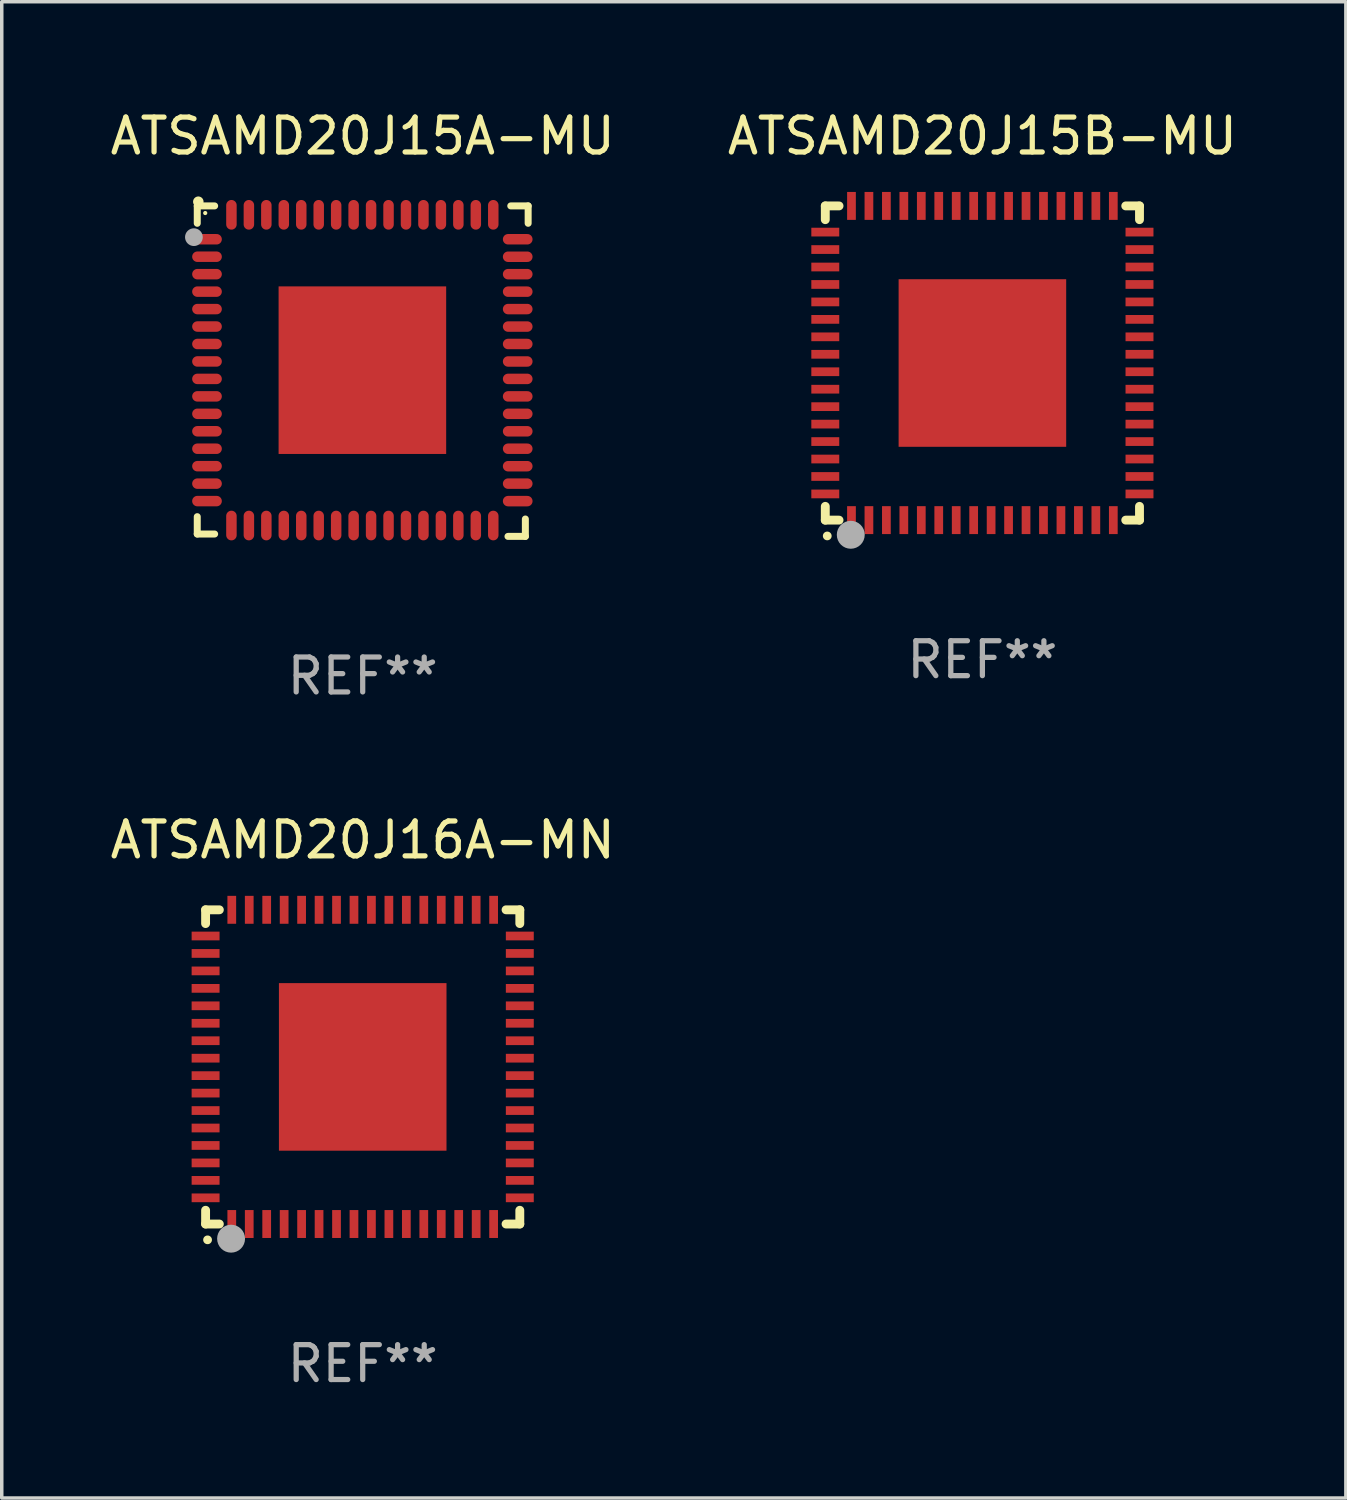
<source format=kicad_pcb>
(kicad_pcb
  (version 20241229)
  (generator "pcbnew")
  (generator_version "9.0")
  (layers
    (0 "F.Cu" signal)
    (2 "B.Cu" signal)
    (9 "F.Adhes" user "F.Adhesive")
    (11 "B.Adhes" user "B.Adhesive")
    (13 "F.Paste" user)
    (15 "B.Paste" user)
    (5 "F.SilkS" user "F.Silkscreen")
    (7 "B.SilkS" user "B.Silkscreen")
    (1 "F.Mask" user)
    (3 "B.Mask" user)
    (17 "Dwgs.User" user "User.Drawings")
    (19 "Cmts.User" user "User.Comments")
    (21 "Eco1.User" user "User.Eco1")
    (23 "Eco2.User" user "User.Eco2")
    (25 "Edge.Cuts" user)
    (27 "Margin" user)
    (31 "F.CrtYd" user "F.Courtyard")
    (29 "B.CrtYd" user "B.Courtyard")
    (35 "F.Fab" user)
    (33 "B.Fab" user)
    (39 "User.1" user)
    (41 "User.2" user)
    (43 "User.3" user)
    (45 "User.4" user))
  (footprint "ATSAMD20J15A-MU"
    (layer "F.Cu")
    (at 7.339 7.581)
    (property "Reference" "ATSAMD20J15A-MU" (at 0 -6.733 0) (layer "F.SilkS") (effects (font (size 1 1) (thickness 0.15))))
    (attr through_hole)
    (fp_line (start -4.739 -4.733) (end -4.241 -4.733) (stroke (width 0.2) (type solid)) (layer "F.SilkS"))
    (fp_line (start -4.739 -4.235) (end -4.739 -4.733) (stroke (width 0.2) (type solid)) (layer "F.SilkS"))
    (fp_line (start -4.739 4.168) (end -4.739 4.665) (stroke (width 0.2) (type solid)) (layer "F.SilkS"))
    (fp_line (start -4.739 4.665) (end -4.241 4.665) (stroke (width 0.2) (type solid)) (layer "F.SilkS"))
    (fp_line (start 4.161 4.733) (end 4.659 4.733) (stroke (width 0.2) (type solid)) (layer "F.SilkS"))
    (fp_line (start 4.241 -4.733) (end 4.739 -4.733) (stroke (width 0.2) (type solid)) (layer "F.SilkS"))
    (fp_line (start 4.659 4.733) (end 4.659 4.235) (stroke (width 0.2) (type solid)) (layer "F.SilkS"))
    (fp_line (start 4.739 -4.733) (end 4.739 -4.235) (stroke (width 0.2) (type solid)) (layer "F.SilkS"))
    (fp_arc (start -4.708623 -4.85108) (mid -4.708628 -4.85235) (end -4.708623 -4.85362) (stroke (width 0.3) (type solid)) (layer "F.SilkS"))
    (fp_circle (center -4.511 -4.529) (end -4.481 -4.529) (stroke (width 0.06) (type solid)) (fill no) (layer "F.SilkS"))
    (fp_circle (center -4.835 -3.838) (end -4.708 -3.838) (stroke (width 0.254) (type solid)) (fill no) (layer "F.Fab"))
    (fp_text user "REF**" (at 0 8.733 0) (layer "F.Fab") (effects (font (size 1 1) (thickness 0.15))))
    (pad "1" smd oval (at -4.46 -3.778) (size 0.85 0.3) (layers "F.Cu" "F.Mask" "F.Paste"))
    (pad "2" smd oval (at -4.46 -3.278) (size 0.85 0.3) (layers "F.Cu" "F.Mask" "F.Paste"))
    (pad "3" smd oval (at -4.46 -2.778) (size 0.85 0.3) (layers "F.Cu" "F.Mask" "F.Paste"))
    (pad "4" smd oval (at -4.46 -2.278) (size 0.85 0.3) (layers "F.Cu" "F.Mask" "F.Paste"))
    (pad "5" smd oval (at -4.46 -1.778) (size 0.85 0.3) (layers "F.Cu" "F.Mask" "F.Paste"))
    (pad "6" smd oval (at -4.46 -1.278) (size 0.85 0.3) (layers "F.Cu" "F.Mask" "F.Paste"))
    (pad "7" smd oval (at -4.46 -0.778) (size 0.85 0.3) (layers "F.Cu" "F.Mask" "F.Paste"))
    (pad "8" smd oval (at -4.46 -0.278) (size 0.85 0.3) (layers "F.Cu" "F.Mask" "F.Paste"))
    (pad "9" smd oval (at -4.46 0.222) (size 0.85 0.3) (layers "F.Cu" "F.Mask" "F.Paste"))
    (pad "10" smd oval (at -4.46 0.722) (size 0.85 0.3) (layers "F.Cu" "F.Mask" "F.Paste"))
    (pad "11" smd oval (at -4.46 1.222) (size 0.85 0.3) (layers "F.Cu" "F.Mask" "F.Paste"))
    (pad "12" smd oval (at -4.46 1.722) (size 0.85 0.3) (layers "F.Cu" "F.Mask" "F.Paste"))
    (pad "13" smd oval (at -4.46 2.222) (size 0.85 0.3) (layers "F.Cu" "F.Mask" "F.Paste"))
    (pad "14" smd oval (at -4.46 2.722) (size 0.85 0.3) (layers "F.Cu" "F.Mask" "F.Paste"))
    (pad "15" smd oval (at -4.46 3.222) (size 0.85 0.3) (layers "F.Cu" "F.Mask" "F.Paste"))
    (pad "16" smd oval (at -4.46 3.722) (size 0.85 0.3) (layers "F.Cu" "F.Mask" "F.Paste"))
    (pad "17" smd oval (at -3.76 4.422) (size 0.3 0.85) (layers "F.Cu" "F.Mask" "F.Paste"))
    (pad "18" smd oval (at -3.26 4.422) (size 0.3 0.85) (layers "F.Cu" "F.Mask" "F.Paste"))
    (pad "19" smd oval (at -2.76 4.422) (size 0.3 0.85) (layers "F.Cu" "F.Mask" "F.Paste"))
    (pad "20" smd oval (at -2.26 4.422) (size 0.3 0.85) (layers "F.Cu" "F.Mask" "F.Paste"))
    (pad "21" smd oval (at -1.76 4.422) (size 0.3 0.85) (layers "F.Cu" "F.Mask" "F.Paste"))
    (pad "22" smd oval (at -1.26 4.422) (size 0.3 0.85) (layers "F.Cu" "F.Mask" "F.Paste"))
    (pad "23" smd oval (at -0.76 4.422) (size 0.3 0.85) (layers "F.Cu" "F.Mask" "F.Paste"))
    (pad "24" smd oval (at -0.26 4.422) (size 0.3 0.85) (layers "F.Cu" "F.Mask" "F.Paste"))
    (pad "25" smd oval (at 0.24 4.422) (size 0.3 0.85) (layers "F.Cu" "F.Mask" "F.Paste"))
    (pad "26" smd oval (at 0.74 4.422) (size 0.3 0.85) (layers "F.Cu" "F.Mask" "F.Paste"))
    (pad "27" smd oval (at 1.24 4.422) (size 0.3 0.85) (layers "F.Cu" "F.Mask" "F.Paste"))
    (pad "28" smd oval (at 1.74 4.422) (size 0.3 0.85) (layers "F.Cu" "F.Mask" "F.Paste"))
    (pad "29" smd oval (at 2.24 4.422) (size 0.3 0.85) (layers "F.Cu" "F.Mask" "F.Paste"))
    (pad "30" smd oval (at 2.74 4.422) (size 0.3 0.85) (layers "F.Cu" "F.Mask" "F.Paste"))
    (pad "31" smd oval (at 3.24 4.422) (size 0.3 0.85) (layers "F.Cu" "F.Mask" "F.Paste"))
    (pad "32" smd oval (at 3.74 4.422) (size 0.3 0.85) (layers "F.Cu" "F.Mask" "F.Paste"))
    (pad "33" smd oval (at 4.44 3.723) (size 0.85 0.3) (layers "F.Cu" "F.Mask" "F.Paste"))
    (pad "34" smd oval (at 4.44 3.222) (size 0.85 0.3) (layers "F.Cu" "F.Mask" "F.Paste"))
    (pad "35" smd oval (at 4.44 2.723) (size 0.85 0.3) (layers "F.Cu" "F.Mask" "F.Paste"))
    (pad "36" smd oval (at 4.44 2.222) (size 0.85 0.3) (layers "F.Cu" "F.Mask" "F.Paste"))
    (pad "37" smd oval (at 4.44 1.723) (size 0.85 0.3) (layers "F.Cu" "F.Mask" "F.Paste"))
    (pad "38" smd oval (at 4.44 1.222) (size 0.85 0.3) (layers "F.Cu" "F.Mask" "F.Paste"))
    (pad "39" smd oval (at 4.44 0.723) (size 0.85 0.3) (layers "F.Cu" "F.Mask" "F.Paste"))
    (pad "40" smd oval (at 4.44 0.222) (size 0.85 0.3) (layers "F.Cu" "F.Mask" "F.Paste"))
    (pad "41" smd oval (at 4.44 -0.277) (size 0.85 0.3) (layers "F.Cu" "F.Mask" "F.Paste"))
    (pad "42" smd oval (at 4.44 -0.778) (size 0.85 0.3) (layers "F.Cu" "F.Mask" "F.Paste"))
    (pad "43" smd oval (at 4.44 -1.277) (size 0.85 0.3) (layers "F.Cu" "F.Mask" "F.Paste"))
    (pad "44" smd oval (at 4.44 -1.778) (size 0.85 0.3) (layers "F.Cu" "F.Mask" "F.Paste"))
    (pad "45" smd oval (at 4.44 -2.277) (size 0.85 0.3) (layers "F.Cu" "F.Mask" "F.Paste"))
    (pad "46" smd oval (at 4.44 -2.778) (size 0.85 0.3) (layers "F.Cu" "F.Mask" "F.Paste"))
    (pad "47" smd oval (at 4.44 -3.277) (size 0.85 0.3) (layers "F.Cu" "F.Mask" "F.Paste"))
    (pad "48" smd oval (at 4.44 -3.778) (size 0.85 0.3) (layers "F.Cu" "F.Mask" "F.Paste"))
    (pad "49" smd oval (at 3.74 -4.478) (size 0.3 0.85) (layers "F.Cu" "F.Mask" "F.Paste"))
    (pad "50" smd oval (at 3.24 -4.478) (size 0.3 0.85) (layers "F.Cu" "F.Mask" "F.Paste"))
    (pad "51" smd oval (at 2.74 -4.478) (size 0.3 0.85) (layers "F.Cu" "F.Mask" "F.Paste"))
    (pad "52" smd oval (at 2.24 -4.478) (size 0.3 0.85) (layers "F.Cu" "F.Mask" "F.Paste"))
    (pad "53" smd oval (at 1.74 -4.478) (size 0.3 0.85) (layers "F.Cu" "F.Mask" "F.Paste"))
    (pad "54" smd oval (at 1.24 -4.478) (size 0.3 0.85) (layers "F.Cu" "F.Mask" "F.Paste"))
    (pad "55" smd oval (at 0.74 -4.478) (size 0.3 0.85) (layers "F.Cu" "F.Mask" "F.Paste"))
    (pad "56" smd oval (at 0.24 -4.478) (size 0.3 0.85) (layers "F.Cu" "F.Mask" "F.Paste"))
    (pad "57" smd oval (at -0.26 -4.478) (size 0.3 0.85) (layers "F.Cu" "F.Mask" "F.Paste"))
    (pad "58" smd oval (at -0.76 -4.478) (size 0.3 0.85) (layers "F.Cu" "F.Mask" "F.Paste"))
    (pad "59" smd oval (at -1.26 -4.478) (size 0.3 0.85) (layers "F.Cu" "F.Mask" "F.Paste"))
    (pad "60" smd oval (at -1.76 -4.478) (size 0.3 0.85) (layers "F.Cu" "F.Mask" "F.Paste"))
    (pad "61" smd oval (at -2.26 -4.478) (size 0.3 0.85) (layers "F.Cu" "F.Mask" "F.Paste"))
    (pad "62" smd oval (at -2.76 -4.478) (size 0.3 0.85) (layers "F.Cu" "F.Mask" "F.Paste"))
    (pad "63" smd oval (at -3.26 -4.478) (size 0.3 0.85) (layers "F.Cu" "F.Mask" "F.Paste"))
    (pad "64" smd oval (at -3.76 -4.478) (size 0.3 0.85) (layers "F.Cu" "F.Mask" "F.Paste"))
    (pad "65" smd rect (at -0.009 -0.028 90) (size 4.8 4.8) (layers "F.Cu" "F.Mask" "F.Paste")))
  (footprint "ATSAMD20J15B-MU"
    (layer "F.Cu")
    (at 25.089 7.348)
    (property "Reference" "ATSAMD20J15B-MU" (at 0 -6.5 0) (layer "F.SilkS") (effects (font (size 1 1) (thickness 0.15))))
    (attr through_hole)
    (fp_line (start -4.5 -4.5) (end -4.106 -4.5) (stroke (width 0.254) (type solid)) (layer "F.SilkS"))
    (fp_line (start -4.5 -4.106) (end -4.5 -4.5) (stroke (width 0.254) (type solid)) (layer "F.SilkS"))
    (fp_line (start -4.5 4.5) (end -4.5 4.106) (stroke (width 0.254) (type solid)) (layer "F.SilkS"))
    (fp_line (start -4.106 4.5) (end -4.5 4.5) (stroke (width 0.254) (type solid)) (layer "F.SilkS"))
    (fp_line (start 4.106 -4.5) (end 4.5 -4.5) (stroke (width 0.254) (type solid)) (layer "F.SilkS"))
    (fp_line (start 4.5 -4.5) (end 4.5 -4.106) (stroke (width 0.254) (type solid)) (layer "F.SilkS"))
    (fp_line (start 4.5 4.106) (end 4.5 4.5) (stroke (width 0.254) (type solid)) (layer "F.SilkS"))
    (fp_line (start 4.5 4.5) (end 4.106 4.5) (stroke (width 0.254) (type solid)) (layer "F.SilkS"))
    (fp_arc (start -4.444945 4.953073) (mid -4.443675 4.953067) (end -4.442405 4.953073) (stroke (width 0.24892) (type solid)) (layer "F.SilkS"))
    (fp_circle (center -4.5 4.5) (end -4.47 4.5) (stroke (width 0.06) (type solid)) (fill no) (layer "F.SilkS"))
    (fp_circle (center -3.77 4.92) (end -3.57 4.92) (stroke (width 0.4) (type solid)) (fill no) (layer "F.Fab"))
    (fp_text user "REF**" (at 0 8.5 0) (layer "F.Fab") (effects (font (size 1 1) (thickness 0.15))))
    (pad "1" smd rect (at -3.75 4.5 90) (size 0.8 0.25) (layers "F.Cu" "F.Mask" "F.Paste"))
    (pad "2" smd rect (at -3.25 4.5 90) (size 0.8 0.25) (layers "F.Cu" "F.Mask" "F.Paste"))
    (pad "3" smd rect (at -2.75 4.5 90) (size 0.8 0.25) (layers "F.Cu" "F.Mask" "F.Paste"))
    (pad "4" smd rect (at -2.25 4.5 90) (size 0.8 0.25) (layers "F.Cu" "F.Mask" "F.Paste"))
    (pad "5" smd rect (at -1.75 4.5 90) (size 0.8 0.25) (layers "F.Cu" "F.Mask" "F.Paste"))
    (pad "6" smd rect (at -1.25 4.5 90) (size 0.8 0.25) (layers "F.Cu" "F.Mask" "F.Paste"))
    (pad "7" smd rect (at -0.75 4.5 90) (size 0.8 0.25) (layers "F.Cu" "F.Mask" "F.Paste"))
    (pad "8" smd rect (at -0.25 4.5 90) (size 0.8 0.25) (layers "F.Cu" "F.Mask" "F.Paste"))
    (pad "9" smd rect (at 0.25 4.5 90) (size 0.8 0.25) (layers "F.Cu" "F.Mask" "F.Paste"))
    (pad "10" smd rect (at 0.75 4.5 90) (size 0.8 0.25) (layers "F.Cu" "F.Mask" "F.Paste"))
    (pad "11" smd rect (at 1.25 4.5 90) (size 0.8 0.25) (layers "F.Cu" "F.Mask" "F.Paste"))
    (pad "12" smd rect (at 1.75 4.5 90) (size 0.8 0.25) (layers "F.Cu" "F.Mask" "F.Paste"))
    (pad "13" smd rect (at 2.25 4.5 90) (size 0.8 0.25) (layers "F.Cu" "F.Mask" "F.Paste"))
    (pad "14" smd rect (at 2.75 4.5 90) (size 0.8 0.25) (layers "F.Cu" "F.Mask" "F.Paste"))
    (pad "15" smd rect (at 3.25 4.5 90) (size 0.8 0.25) (layers "F.Cu" "F.Mask" "F.Paste"))
    (pad "16" smd rect (at 3.75 4.5 90) (size 0.8 0.25) (layers "F.Cu" "F.Mask" "F.Paste"))
    (pad "17" smd rect (at 4.5 3.75) (size 0.8 0.25) (layers "F.Cu" "F.Mask" "F.Paste"))
    (pad "18" smd rect (at 4.5 3.25) (size 0.8 0.25) (layers "F.Cu" "F.Mask" "F.Paste"))
    (pad "19" smd rect (at 4.5 2.75) (size 0.8 0.25) (layers "F.Cu" "F.Mask" "F.Paste"))
    (pad "20" smd rect (at 4.5 2.25) (size 0.8 0.25) (layers "F.Cu" "F.Mask" "F.Paste"))
    (pad "21" smd rect (at 4.5 1.75) (size 0.8 0.25) (layers "F.Cu" "F.Mask" "F.Paste"))
    (pad "22" smd rect (at 4.5 1.25) (size 0.8 0.25) (layers "F.Cu" "F.Mask" "F.Paste"))
    (pad "23" smd rect (at 4.5 0.75) (size 0.8 0.25) (layers "F.Cu" "F.Mask" "F.Paste"))
    (pad "24" smd rect (at 4.5 0.25) (size 0.8 0.25) (layers "F.Cu" "F.Mask" "F.Paste"))
    (pad "25" smd rect (at 4.5 -0.25) (size 0.8 0.25) (layers "F.Cu" "F.Mask" "F.Paste"))
    (pad "26" smd rect (at 4.5 -0.75) (size 0.8 0.25) (layers "F.Cu" "F.Mask" "F.Paste"))
    (pad "27" smd rect (at 4.5 -1.25) (size 0.8 0.25) (layers "F.Cu" "F.Mask" "F.Paste"))
    (pad "28" smd rect (at 4.5 -1.75) (size 0.8 0.25) (layers "F.Cu" "F.Mask" "F.Paste"))
    (pad "29" smd rect (at 4.5 -2.25) (size 0.8 0.25) (layers "F.Cu" "F.Mask" "F.Paste"))
    (pad "30" smd rect (at 4.5 -2.75) (size 0.8 0.25) (layers "F.Cu" "F.Mask" "F.Paste"))
    (pad "31" smd rect (at 4.5 -3.25) (size 0.8 0.25) (layers "F.Cu" "F.Mask" "F.Paste"))
    (pad "32" smd rect (at 4.5 -3.75) (size 0.8 0.25) (layers "F.Cu" "F.Mask" "F.Paste"))
    (pad "33" smd rect (at 3.75 -4.5 90) (size 0.8 0.25) (layers "F.Cu" "F.Mask" "F.Paste"))
    (pad "34" smd rect (at 3.25 -4.5 90) (size 0.8 0.25) (layers "F.Cu" "F.Mask" "F.Paste"))
    (pad "35" smd rect (at 2.75 -4.5 90) (size 0.8 0.25) (layers "F.Cu" "F.Mask" "F.Paste"))
    (pad "36" smd rect (at 2.25 -4.5 90) (size 0.8 0.25) (layers "F.Cu" "F.Mask" "F.Paste"))
    (pad "37" smd rect (at 1.75 -4.5 90) (size 0.8 0.25) (layers "F.Cu" "F.Mask" "F.Paste"))
    (pad "38" smd rect (at 1.25 -4.5 90) (size 0.8 0.25) (layers "F.Cu" "F.Mask" "F.Paste"))
    (pad "39" smd rect (at 0.75 -4.5 90) (size 0.8 0.25) (layers "F.Cu" "F.Mask" "F.Paste"))
    (pad "40" smd rect (at 0.25 -4.5 90) (size 0.8 0.25) (layers "F.Cu" "F.Mask" "F.Paste"))
    (pad "41" smd rect (at -0.25 -4.5 90) (size 0.8 0.25) (layers "F.Cu" "F.Mask" "F.Paste"))
    (pad "42" smd rect (at -0.75 -4.5 90) (size 0.8 0.25) (layers "F.Cu" "F.Mask" "F.Paste"))
    (pad "43" smd rect (at -1.25 -4.5 90) (size 0.8 0.25) (layers "F.Cu" "F.Mask" "F.Paste"))
    (pad "44" smd rect (at -1.75 -4.5 90) (size 0.8 0.25) (layers "F.Cu" "F.Mask" "F.Paste"))
    (pad "45" smd rect (at -2.25 -4.5 90) (size 0.8 0.25) (layers "F.Cu" "F.Mask" "F.Paste"))
    (pad "46" smd rect (at -2.75 -4.5 90) (size 0.8 0.25) (layers "F.Cu" "F.Mask" "F.Paste"))
    (pad "47" smd rect (at -3.25 -4.5 90) (size 0.8 0.25) (layers "F.Cu" "F.Mask" "F.Paste"))
    (pad "48" smd rect (at -3.75 -4.5 90) (size 0.8 0.25) (layers "F.Cu" "F.Mask" "F.Paste"))
    (pad "49" smd rect (at -4.5 -3.75) (size 0.8 0.25) (layers "F.Cu" "F.Mask" "F.Paste"))
    (pad "50" smd rect (at -4.5 -3.25) (size 0.8 0.25) (layers "F.Cu" "F.Mask" "F.Paste"))
    (pad "51" smd rect (at -4.5 -2.75) (size 0.8 0.25) (layers "F.Cu" "F.Mask" "F.Paste"))
    (pad "52" smd rect (at -4.5 -2.25) (size 0.8 0.25) (layers "F.Cu" "F.Mask" "F.Paste"))
    (pad "53" smd rect (at -4.5 -1.75) (size 0.8 0.25) (layers "F.Cu" "F.Mask" "F.Paste"))
    (pad "54" smd rect (at -4.5 -1.25) (size 0.8 0.25) (layers "F.Cu" "F.Mask" "F.Paste"))
    (pad "55" smd rect (at -4.5 -0.75) (size 0.8 0.25) (layers "F.Cu" "F.Mask" "F.Paste"))
    (pad "56" smd rect (at -4.5 -0.25) (size 0.8 0.25) (layers "F.Cu" "F.Mask" "F.Paste"))
    (pad "57" smd rect (at -4.5 0.25) (size 0.8 0.25) (layers "F.Cu" "F.Mask" "F.Paste"))
    (pad "58" smd rect (at -4.5 0.75) (size 0.8 0.25) (layers "F.Cu" "F.Mask" "F.Paste"))
    (pad "59" smd rect (at -4.5 1.25) (size 0.8 0.25) (layers "F.Cu" "F.Mask" "F.Paste"))
    (pad "60" smd rect (at -4.5 1.75) (size 0.8 0.25) (layers "F.Cu" "F.Mask" "F.Paste"))
    (pad "61" smd rect (at -4.5 2.25) (size 0.8 0.25) (layers "F.Cu" "F.Mask" "F.Paste"))
    (pad "62" smd rect (at -4.5 2.75) (size 0.8 0.25) (layers "F.Cu" "F.Mask" "F.Paste"))
    (pad "63" smd rect (at -4.5 3.25) (size 0.8 0.25) (layers "F.Cu" "F.Mask" "F.Paste"))
    (pad "64" smd rect (at -4.5 3.75) (size 0.8 0.25) (layers "F.Cu" "F.Mask" "F.Paste"))
    (pad "65" smd rect (at 0.000191 -0.000064) (size 4.8 4.8) (layers "F.Cu" "F.Mask" "F.Paste")))
  (footprint "ATSAMD20J16A-MN"
    (layer "F.Cu")
    (at 7.339 27.51)
    (property "Reference" "ATSAMD20J16A-MN" (at 0 -6.5 0) (layer "F.SilkS") (effects (font (size 1 1) (thickness 0.15))))
    (attr through_hole)
    (fp_line (start -4.5 -4.5) (end -4.106 -4.5) (stroke (width 0.254) (type solid)) (layer "F.SilkS"))
    (fp_line (start -4.5 -4.106) (end -4.5 -4.5) (stroke (width 0.254) (type solid)) (layer "F.SilkS"))
    (fp_line (start -4.5 4.5) (end -4.5 4.106) (stroke (width 0.254) (type solid)) (layer "F.SilkS"))
    (fp_line (start -4.106 4.5) (end -4.5 4.5) (stroke (width 0.254) (type solid)) (layer "F.SilkS"))
    (fp_line (start 4.106 -4.5) (end 4.5 -4.5) (stroke (width 0.254) (type solid)) (layer "F.SilkS"))
    (fp_line (start 4.5 -4.5) (end 4.5 -4.106) (stroke (width 0.254) (type solid)) (layer "F.SilkS"))
    (fp_line (start 4.5 4.106) (end 4.5 4.5) (stroke (width 0.254) (type solid)) (layer "F.SilkS"))
    (fp_line (start 4.5 4.5) (end 4.106 4.5) (stroke (width 0.254) (type solid)) (layer "F.SilkS"))
    (fp_arc (start -4.444945 4.953073) (mid -4.443675 4.953067) (end -4.442405 4.953073) (stroke (width 0.24892) (type solid)) (layer "F.SilkS"))
    (fp_circle (center -4.5 4.5) (end -4.47 4.5) (stroke (width 0.06) (type solid)) (fill no) (layer "F.SilkS"))
    (fp_circle (center -3.77 4.92) (end -3.57 4.92) (stroke (width 0.4) (type solid)) (fill no) (layer "F.Fab"))
    (fp_text user "REF**" (at 0 8.5 0) (layer "F.Fab") (effects (font (size 1 1) (thickness 0.15))))
    (pad "1" smd rect (at -3.75 4.5 90) (size 0.8 0.25) (layers "F.Cu" "F.Mask" "F.Paste"))
    (pad "2" smd rect (at -3.25 4.5 90) (size 0.8 0.25) (layers "F.Cu" "F.Mask" "F.Paste"))
    (pad "3" smd rect (at -2.75 4.5 90) (size 0.8 0.25) (layers "F.Cu" "F.Mask" "F.Paste"))
    (pad "4" smd rect (at -2.25 4.5 90) (size 0.8 0.25) (layers "F.Cu" "F.Mask" "F.Paste"))
    (pad "5" smd rect (at -1.75 4.5 90) (size 0.8 0.25) (layers "F.Cu" "F.Mask" "F.Paste"))
    (pad "6" smd rect (at -1.25 4.5 90) (size 0.8 0.25) (layers "F.Cu" "F.Mask" "F.Paste"))
    (pad "7" smd rect (at -0.75 4.5 90) (size 0.8 0.25) (layers "F.Cu" "F.Mask" "F.Paste"))
    (pad "8" smd rect (at -0.25 4.5 90) (size 0.8 0.25) (layers "F.Cu" "F.Mask" "F.Paste"))
    (pad "9" smd rect (at 0.25 4.5 90) (size 0.8 0.25) (layers "F.Cu" "F.Mask" "F.Paste"))
    (pad "10" smd rect (at 0.75 4.5 90) (size 0.8 0.25) (layers "F.Cu" "F.Mask" "F.Paste"))
    (pad "11" smd rect (at 1.25 4.5 90) (size 0.8 0.25) (layers "F.Cu" "F.Mask" "F.Paste"))
    (pad "12" smd rect (at 1.75 4.5 90) (size 0.8 0.25) (layers "F.Cu" "F.Mask" "F.Paste"))
    (pad "13" smd rect (at 2.25 4.5 90) (size 0.8 0.25) (layers "F.Cu" "F.Mask" "F.Paste"))
    (pad "14" smd rect (at 2.75 4.5 90) (size 0.8 0.25) (layers "F.Cu" "F.Mask" "F.Paste"))
    (pad "15" smd rect (at 3.25 4.5 90) (size 0.8 0.25) (layers "F.Cu" "F.Mask" "F.Paste"))
    (pad "16" smd rect (at 3.75 4.5 90) (size 0.8 0.25) (layers "F.Cu" "F.Mask" "F.Paste"))
    (pad "17" smd rect (at 4.5 3.75) (size 0.8 0.25) (layers "F.Cu" "F.Mask" "F.Paste"))
    (pad "18" smd rect (at 4.5 3.25) (size 0.8 0.25) (layers "F.Cu" "F.Mask" "F.Paste"))
    (pad "19" smd rect (at 4.5 2.75) (size 0.8 0.25) (layers "F.Cu" "F.Mask" "F.Paste"))
    (pad "20" smd rect (at 4.5 2.25) (size 0.8 0.25) (layers "F.Cu" "F.Mask" "F.Paste"))
    (pad "21" smd rect (at 4.5 1.75) (size 0.8 0.25) (layers "F.Cu" "F.Mask" "F.Paste"))
    (pad "22" smd rect (at 4.5 1.25) (size 0.8 0.25) (layers "F.Cu" "F.Mask" "F.Paste"))
    (pad "23" smd rect (at 4.5 0.75) (size 0.8 0.25) (layers "F.Cu" "F.Mask" "F.Paste"))
    (pad "24" smd rect (at 4.5 0.25) (size 0.8 0.25) (layers "F.Cu" "F.Mask" "F.Paste"))
    (pad "25" smd rect (at 4.5 -0.25) (size 0.8 0.25) (layers "F.Cu" "F.Mask" "F.Paste"))
    (pad "26" smd rect (at 4.5 -0.75) (size 0.8 0.25) (layers "F.Cu" "F.Mask" "F.Paste"))
    (pad "27" smd rect (at 4.5 -1.25) (size 0.8 0.25) (layers "F.Cu" "F.Mask" "F.Paste"))
    (pad "28" smd rect (at 4.5 -1.75) (size 0.8 0.25) (layers "F.Cu" "F.Mask" "F.Paste"))
    (pad "29" smd rect (at 4.5 -2.25) (size 0.8 0.25) (layers "F.Cu" "F.Mask" "F.Paste"))
    (pad "30" smd rect (at 4.5 -2.75) (size 0.8 0.25) (layers "F.Cu" "F.Mask" "F.Paste"))
    (pad "31" smd rect (at 4.5 -3.25) (size 0.8 0.25) (layers "F.Cu" "F.Mask" "F.Paste"))
    (pad "32" smd rect (at 4.5 -3.75) (size 0.8 0.25) (layers "F.Cu" "F.Mask" "F.Paste"))
    (pad "33" smd rect (at 3.75 -4.5 90) (size 0.8 0.25) (layers "F.Cu" "F.Mask" "F.Paste"))
    (pad "34" smd rect (at 3.25 -4.5 90) (size 0.8 0.25) (layers "F.Cu" "F.Mask" "F.Paste"))
    (pad "35" smd rect (at 2.75 -4.5 90) (size 0.8 0.25) (layers "F.Cu" "F.Mask" "F.Paste"))
    (pad "36" smd rect (at 2.25 -4.5 90) (size 0.8 0.25) (layers "F.Cu" "F.Mask" "F.Paste"))
    (pad "37" smd rect (at 1.75 -4.5 90) (size 0.8 0.25) (layers "F.Cu" "F.Mask" "F.Paste"))
    (pad "38" smd rect (at 1.25 -4.5 90) (size 0.8 0.25) (layers "F.Cu" "F.Mask" "F.Paste"))
    (pad "39" smd rect (at 0.75 -4.5 90) (size 0.8 0.25) (layers "F.Cu" "F.Mask" "F.Paste"))
    (pad "40" smd rect (at 0.25 -4.5 90) (size 0.8 0.25) (layers "F.Cu" "F.Mask" "F.Paste"))
    (pad "41" smd rect (at -0.25 -4.5 90) (size 0.8 0.25) (layers "F.Cu" "F.Mask" "F.Paste"))
    (pad "42" smd rect (at -0.75 -4.5 90) (size 0.8 0.25) (layers "F.Cu" "F.Mask" "F.Paste"))
    (pad "43" smd rect (at -1.25 -4.5 90) (size 0.8 0.25) (layers "F.Cu" "F.Mask" "F.Paste"))
    (pad "44" smd rect (at -1.75 -4.5 90) (size 0.8 0.25) (layers "F.Cu" "F.Mask" "F.Paste"))
    (pad "45" smd rect (at -2.25 -4.5 90) (size 0.8 0.25) (layers "F.Cu" "F.Mask" "F.Paste"))
    (pad "46" smd rect (at -2.75 -4.5 90) (size 0.8 0.25) (layers "F.Cu" "F.Mask" "F.Paste"))
    (pad "47" smd rect (at -3.25 -4.5 90) (size 0.8 0.25) (layers "F.Cu" "F.Mask" "F.Paste"))
    (pad "48" smd rect (at -3.75 -4.5 90) (size 0.8 0.25) (layers "F.Cu" "F.Mask" "F.Paste"))
    (pad "49" smd rect (at -4.5 -3.75) (size 0.8 0.25) (layers "F.Cu" "F.Mask" "F.Paste"))
    (pad "50" smd rect (at -4.5 -3.25) (size 0.8 0.25) (layers "F.Cu" "F.Mask" "F.Paste"))
    (pad "51" smd rect (at -4.5 -2.75) (size 0.8 0.25) (layers "F.Cu" "F.Mask" "F.Paste"))
    (pad "52" smd rect (at -4.5 -2.25) (size 0.8 0.25) (layers "F.Cu" "F.Mask" "F.Paste"))
    (pad "53" smd rect (at -4.5 -1.75) (size 0.8 0.25) (layers "F.Cu" "F.Mask" "F.Paste"))
    (pad "54" smd rect (at -4.5 -1.25) (size 0.8 0.25) (layers "F.Cu" "F.Mask" "F.Paste"))
    (pad "55" smd rect (at -4.5 -0.75) (size 0.8 0.25) (layers "F.Cu" "F.Mask" "F.Paste"))
    (pad "56" smd rect (at -4.5 -0.25) (size 0.8 0.25) (layers "F.Cu" "F.Mask" "F.Paste"))
    (pad "57" smd rect (at -4.5 0.25) (size 0.8 0.25) (layers "F.Cu" "F.Mask" "F.Paste"))
    (pad "58" smd rect (at -4.5 0.75) (size 0.8 0.25) (layers "F.Cu" "F.Mask" "F.Paste"))
    (pad "59" smd rect (at -4.5 1.25) (size 0.8 0.25) (layers "F.Cu" "F.Mask" "F.Paste"))
    (pad "60" smd rect (at -4.5 1.75) (size 0.8 0.25) (layers "F.Cu" "F.Mask" "F.Paste"))
    (pad "61" smd rect (at -4.5 2.25) (size 0.8 0.25) (layers "F.Cu" "F.Mask" "F.Paste"))
    (pad "62" smd rect (at -4.5 2.75) (size 0.8 0.25) (layers "F.Cu" "F.Mask" "F.Paste"))
    (pad "63" smd rect (at -4.5 3.25) (size 0.8 0.25) (layers "F.Cu" "F.Mask" "F.Paste"))
    (pad "64" smd rect (at -4.5 3.75) (size 0.8 0.25) (layers "F.Cu" "F.Mask" "F.Paste"))
    (pad "65" smd rect (at 0.000191 -0.000064) (size 4.8 4.8) (layers "F.Cu" "F.Mask" "F.Paste")))
  (gr_rect
    (start -3 -3)
    (end 35.5 39.858)
    (stroke (width 0.1) (type default))
    (fill no)
    (layer "Edge.Cuts")))
</source>
